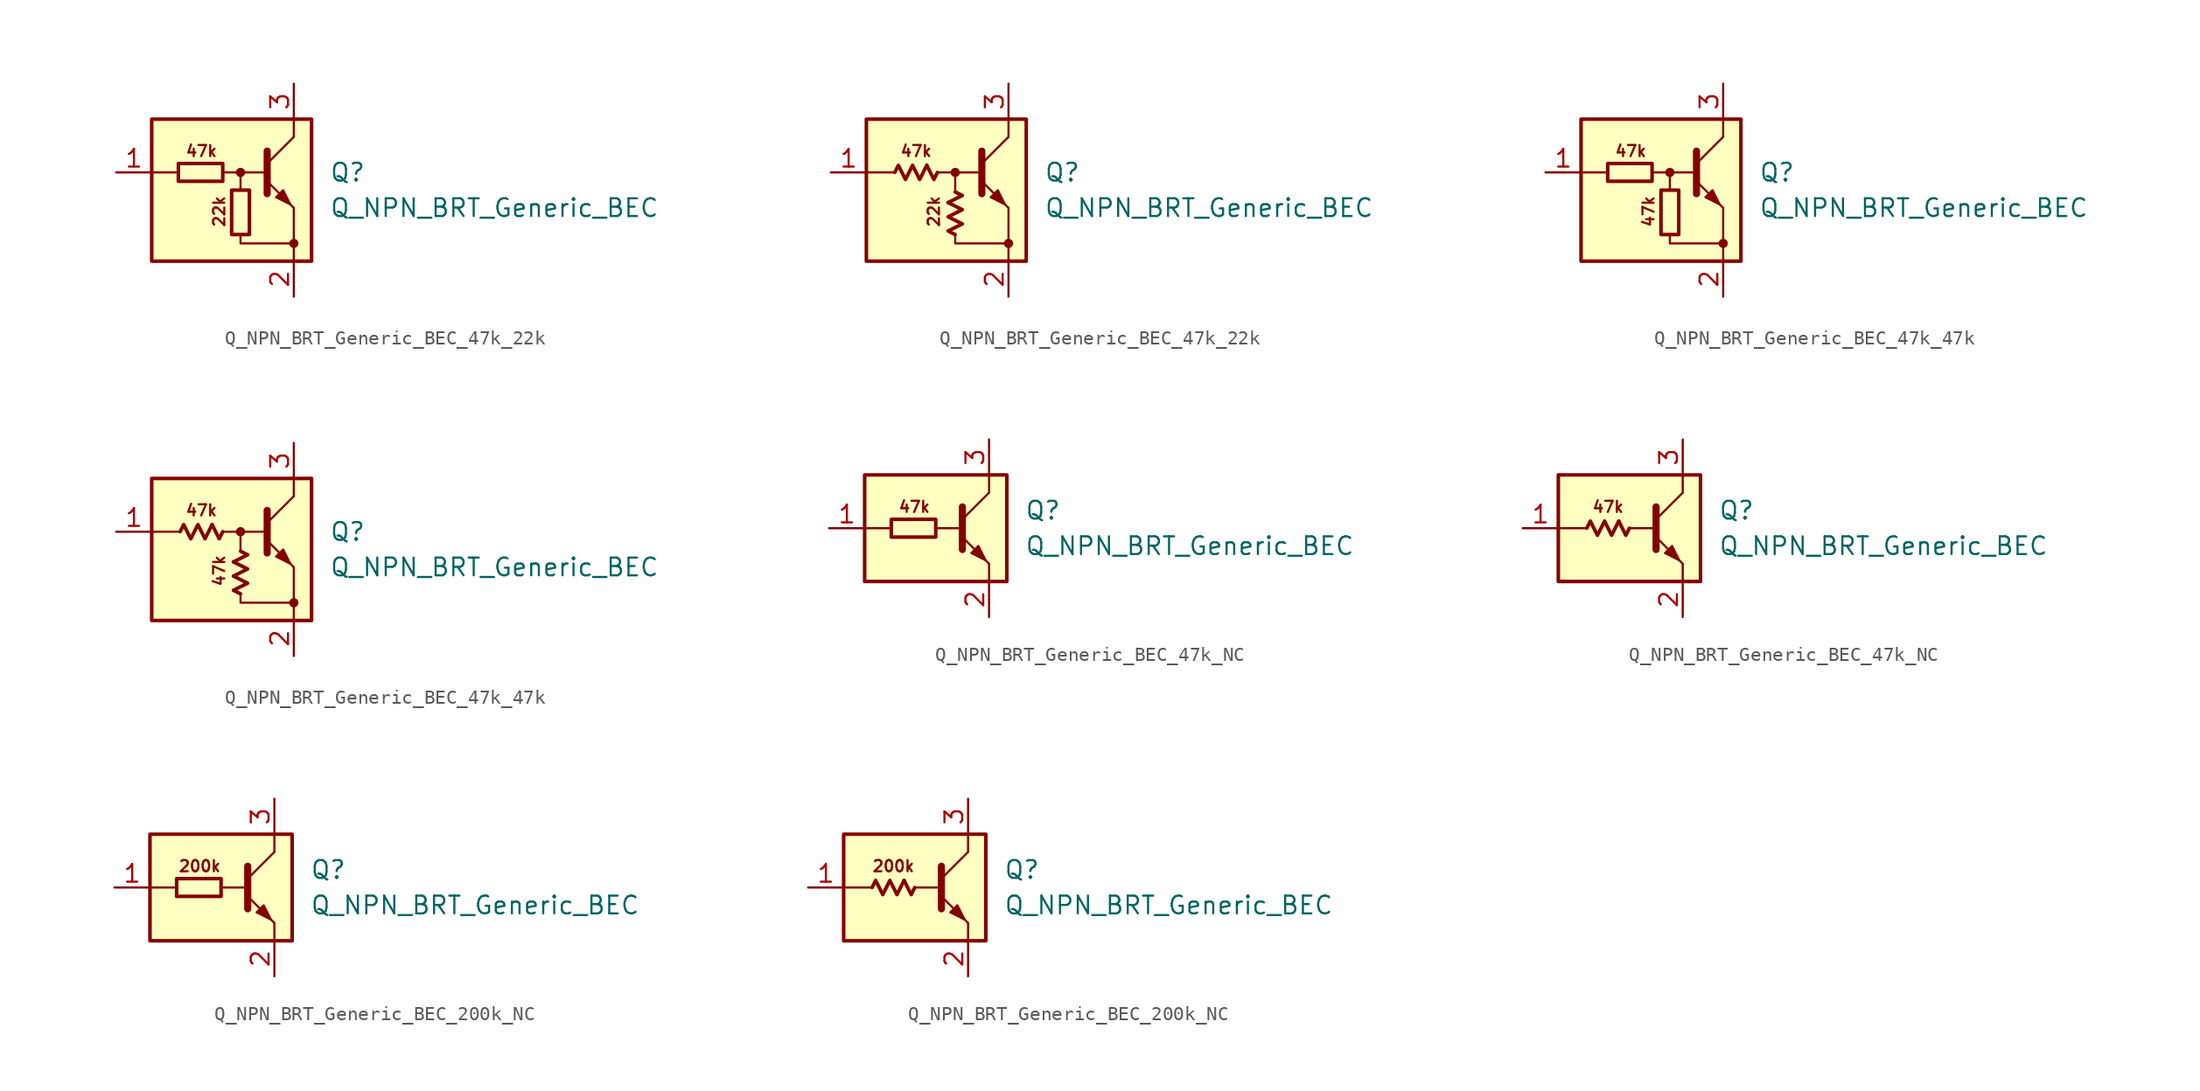
<source format=kicad_sym>
(kicad_symbol_lib
  (version 20220914)
  (generator kicad_symbol_editor)
  (symbol "Q_NPN_BRT_Generic_BEC_47k_22k"
    (pin_names hide)
    (property "Reference" "Q"
      (at 6.35 1.27 0)
      (effects (font (size 1.27 1.27)) (justify left)))
    (property "Value" "Q_NPN_BRT_Generic_BEC"
      (at 6.35 -1.27 0)
      (effects (font (size 1.27 1.27)) (justify left)))
    (symbol "Q_NPN_BRT_Generic_BEC_47k_22k_0_1"
      (rectangle (start -4.445 1.905) (end -1.27 0.635) (stroke (width 0.254) (type default)) (fill (type none)))
      (rectangle (start -0.635 0) (end 0.635 -3.175) (stroke (width 0.254) (type default)) (fill (type none))))
    (symbol "Q_NPN_BRT_Generic_BEC_47k_22k_0_2"
      (polyline (pts (xy -2.032 1.778) (xy -1.524 0.762) (xy -1.27 1.27)) (stroke (width 0.254) (type default)) (fill (type none)))
      (polyline (pts (xy -0.508 -0.889) (xy 0.508 -0.381) (xy 0 -0.127)) (stroke (width 0.254) (type default)) (fill (type none)))
      (polyline (pts (xy -4.318 1.27) (xy -4.064 1.778) (xy -3.556 0.762) (xy -3.048 1.778) (xy -2.54 0.762) (xy -2.032 1.778)) (stroke (width 0.254) (type default)) (fill (type none)))
      (polyline (pts (xy 0 -3.175) (xy -0.508 -2.921) (xy 0.508 -2.413) (xy -0.508 -1.905) (xy 0.508 -1.397) (xy -0.508 -0.889)) (stroke (width 0.254) (type default)) (fill (type none))))
    (symbol "Q_NPN_BRT_Generic_BEC_47k_22k_1_0"
      (rectangle (start -6.35 5.08) (end 5.08 -5.08) (stroke (width 0.254) (type default)) (fill (type background)))
      (polyline (pts (xy -4.445 1.27) (xy -6.35 1.27)) (stroke (width 0) (type default)) (fill (type none)))
      (polyline (pts (xy -0.254 1.27) (xy 1.905 1.27)) (stroke (width 0) (type default)) (fill (type none)))
      (polyline (pts (xy 1.905 1.905) (xy 3.81 3.81)) (stroke (width 0) (type default)) (fill (type none)))
      (polyline (pts (xy 1.905 2.794) (xy 1.905 -0.254)) (stroke (width 0.508) (type default)) (fill (type none)))
      (polyline (pts (xy 3.81 -3.81) (xy 3.81 -5.08)) (stroke (width 0) (type default)) (fill (type none)))
      (polyline (pts (xy 3.81 -3.81) (xy 3.81 -1.27)) (stroke (width 0) (type default)) (fill (type none)))
      (polyline (pts (xy 3.81 3.81) (xy 3.81 5.08)) (stroke (width 0) (type default)) (fill (type none)))
      (polyline (pts (xy -1.27 1.27) (xy 0 1.27) (xy 0 0)) (stroke (width 0) (type default)) (fill (type none)))
      (polyline (pts (xy 0 -3.175) (xy 0 -3.81) (xy 3.81 -3.81)) (stroke (width 0) (type default)) (fill (type none)))
      (polyline (pts (xy 1.905 0.635) (xy 3.81 -1.27) (xy 3.81 -1.27)) (stroke (width 0) (type default)) (fill (type none)))
      (polyline (pts (xy 2.54 -0.508) (xy 3.048 0) (xy 3.556 -1.016) (xy 2.54 -0.508) (xy 2.54 -0.508)) (stroke (width 0) (type default)) (fill (type outline)))
      (circle (center 0 1.27) (radius 0.254) (stroke (width 0) (type default)) (fill (type outline)))
      (circle (center 3.81 -3.81) (radius 0.254) (stroke (width 0) (type default)) (fill (type outline)))
      (text "22k" (at -1.524 -1.524 900) (effects (font (size 0.8 0.8))))
      (text "47k" (at -2.794 2.794 0) (effects (font (size 0.8 0.8)))))
    (symbol "Q_NPN_BRT_Generic_BEC_47k_22k_1_1"
      (pin input line (at -8.89 1.27 0) (length 2.54) (name "B" (effects (font (size 1.27 1.27)))) (number "1" (effects (font (size 1.27 1.27)))))
      (pin passive line (at 3.81 -7.62 90) (length 2.54) (name "E" (effects (font (size 1.27 1.27)))) (number "2" (effects (font (size 1.27 1.27)))))
      (pin passive line (at 3.81 7.62 270) (length 2.54) (name "C" (effects (font (size 1.27 1.27)))) (number "3" (effects (font (size 1.27 1.27))))))
    (symbol "Q_NPN_BRT_Generic_BEC_47k_22k_1_2"
      (pin input line (at -8.89 1.27 0) (length 2.54) (name "B" (effects (font (size 1.27 1.27)))) (number "1" (effects (font (size 1.27 1.27)))))
      (pin passive line (at 3.81 -7.62 90) (length 2.54) (name "E" (effects (font (size 1.27 1.27)))) (number "2" (effects (font (size 1.27 1.27)))))
      (pin passive line (at 3.81 7.62 270) (length 2.54) (name "C" (effects (font (size 1.27 1.27)))) (number "3" (effects (font (size 1.27 1.27)))))))
  (symbol "Q_NPN_BRT_Generic_BEC_47k_47k"
    (pin_names hide)
    (property "Reference" "Q"
      (at 6.35 1.27 0)
      (effects (font (size 1.27 1.27)) (justify left)))
    (property "Value" "Q_NPN_BRT_Generic_BEC"
      (at 6.35 -1.27 0)
      (effects (font (size 1.27 1.27)) (justify left)))
    (symbol "Q_NPN_BRT_Generic_BEC_47k_47k_0_1"
      (rectangle (start -4.445 1.905) (end -1.27 0.635) (stroke (width 0.254) (type default)) (fill (type none)))
      (rectangle (start -0.635 0) (end 0.635 -3.175) (stroke (width 0.254) (type default)) (fill (type none))))
    (symbol "Q_NPN_BRT_Generic_BEC_47k_47k_0_2"
      (polyline (pts (xy -2.032 1.778) (xy -1.524 0.762) (xy -1.27 1.27)) (stroke (width 0.254) (type default)) (fill (type none)))
      (polyline (pts (xy -0.508 -0.889) (xy 0.508 -0.381) (xy 0 -0.127)) (stroke (width 0.254) (type default)) (fill (type none)))
      (polyline (pts (xy -4.318 1.27) (xy -4.064 1.778) (xy -3.556 0.762) (xy -3.048 1.778) (xy -2.54 0.762) (xy -2.032 1.778)) (stroke (width 0.254) (type default)) (fill (type none)))
      (polyline (pts (xy 0 -3.175) (xy -0.508 -2.921) (xy 0.508 -2.413) (xy -0.508 -1.905) (xy 0.508 -1.397) (xy -0.508 -0.889)) (stroke (width 0.254) (type default)) (fill (type none))))
    (symbol "Q_NPN_BRT_Generic_BEC_47k_47k_1_0"
      (rectangle (start -6.35 5.08) (end 5.08 -5.08) (stroke (width 0.254) (type default)) (fill (type background)))
      (polyline (pts (xy -4.445 1.27) (xy -6.35 1.27)) (stroke (width 0) (type default)) (fill (type none)))
      (polyline (pts (xy -0.254 1.27) (xy 1.905 1.27)) (stroke (width 0) (type default)) (fill (type none)))
      (polyline (pts (xy 1.905 1.905) (xy 3.81 3.81)) (stroke (width 0) (type default)) (fill (type none)))
      (polyline (pts (xy 1.905 2.794) (xy 1.905 -0.254)) (stroke (width 0.508) (type default)) (fill (type none)))
      (polyline (pts (xy 3.81 -3.81) (xy 3.81 -5.08)) (stroke (width 0) (type default)) (fill (type none)))
      (polyline (pts (xy 3.81 -3.81) (xy 3.81 -1.27)) (stroke (width 0) (type default)) (fill (type none)))
      (polyline (pts (xy 3.81 3.81) (xy 3.81 5.08)) (stroke (width 0) (type default)) (fill (type none)))
      (polyline (pts (xy -1.27 1.27) (xy 0 1.27) (xy 0 0)) (stroke (width 0) (type default)) (fill (type none)))
      (polyline (pts (xy 0 -3.175) (xy 0 -3.81) (xy 3.81 -3.81)) (stroke (width 0) (type default)) (fill (type none)))
      (polyline (pts (xy 1.905 0.635) (xy 3.81 -1.27) (xy 3.81 -1.27)) (stroke (width 0) (type default)) (fill (type none)))
      (polyline (pts (xy 2.54 -0.508) (xy 3.048 0) (xy 3.556 -1.016) (xy 2.54 -0.508) (xy 2.54 -0.508)) (stroke (width 0) (type default)) (fill (type outline)))
      (circle (center 0 1.27) (radius 0.254) (stroke (width 0) (type default)) (fill (type outline)))
      (circle (center 3.81 -3.81) (radius 0.254) (stroke (width 0) (type default)) (fill (type outline)))
      (text "47k" (at -2.794 2.794 0) (effects (font (size 0.8 0.8))))
      (text "47k" (at -1.524 -1.524 900) (effects (font (size 0.8 0.8)))))
    (symbol "Q_NPN_BRT_Generic_BEC_47k_47k_1_1"
      (pin input line (at -8.89 1.27 0) (length 2.54) (name "B" (effects (font (size 1.27 1.27)))) (number "1" (effects (font (size 1.27 1.27)))))
      (pin passive line (at 3.81 -7.62 90) (length 2.54) (name "E" (effects (font (size 1.27 1.27)))) (number "2" (effects (font (size 1.27 1.27)))))
      (pin passive line (at 3.81 7.62 270) (length 2.54) (name "C" (effects (font (size 1.27 1.27)))) (number "3" (effects (font (size 1.27 1.27))))))
    (symbol "Q_NPN_BRT_Generic_BEC_47k_47k_1_2"
      (pin input line (at -8.89 1.27 0) (length 2.54) (name "B" (effects (font (size 1.27 1.27)))) (number "1" (effects (font (size 1.27 1.27)))))
      (pin passive line (at 3.81 -7.62 90) (length 2.54) (name "E" (effects (font (size 1.27 1.27)))) (number "2" (effects (font (size 1.27 1.27)))))
      (pin passive line (at 3.81 7.62 270) (length 2.54) (name "C" (effects (font (size 1.27 1.27)))) (number "3" (effects (font (size 1.27 1.27)))))))
  (symbol "Q_NPN_BRT_Generic_BEC_47k_NC"
    (pin_names hide)
    (property "Reference" "Q"
      (at 6.35 1.27 0)
      (effects (font (size 1.27 1.27)) (justify left)))
    (property "Value" "Q_NPN_BRT_Generic_BEC"
      (at 6.35 -1.27 0)
      (effects (font (size 1.27 1.27)) (justify left)))
    (symbol "Q_NPN_BRT_Generic_BEC_47k_NC_0_1"
      (rectangle (start -3.175 0.635) (end 0 -0.635) (stroke (width 0.254) (type default)) (fill (type none))))
    (symbol "Q_NPN_BRT_Generic_BEC_47k_NC_0_2"
      (polyline (pts (xy -0.762 0.508) (xy -0.254 -0.508) (xy 0 0)) (stroke (width 0.254) (type default)) (fill (type none)))
      (polyline (pts (xy -3.048 0) (xy -2.794 0.508) (xy -2.286 -0.508) (xy -1.778 0.508) (xy -1.27 -0.508) (xy -0.762 0.508)) (stroke (width 0.254) (type default)) (fill (type none))))
    (symbol "Q_NPN_BRT_Generic_BEC_47k_NC_1_0"
      (rectangle (start -5.08 3.81) (end 5.08 -3.81) (stroke (width 0.254) (type default)) (fill (type background)))
      (polyline (pts (xy -3.175 0) (xy -5.08 0)) (stroke (width 0) (type default)) (fill (type none)))
      (polyline (pts (xy 0 0) (xy 1.905 0)) (stroke (width 0) (type default)) (fill (type none)))
      (polyline (pts (xy 1.905 0.635) (xy 3.81 2.54)) (stroke (width 0) (type default)) (fill (type none)))
      (polyline (pts (xy 1.905 1.524) (xy 1.905 -1.524)) (stroke (width 0.508) (type default)) (fill (type none)))
      (polyline (pts (xy 3.81 -2.54) (xy 3.81 -3.81)) (stroke (width 0) (type default)) (fill (type none)))
      (polyline (pts (xy 3.81 2.54) (xy 3.81 3.81)) (stroke (width 0) (type default)) (fill (type none)))
      (polyline (pts (xy 1.905 -0.635) (xy 3.81 -2.54) (xy 3.81 -2.54)) (stroke (width 0) (type default)) (fill (type none)))
      (polyline (pts (xy 2.54 -1.778) (xy 3.048 -1.27) (xy 3.556 -2.286) (xy 2.54 -1.778) (xy 2.54 -1.778)) (stroke (width 0) (type default)) (fill (type outline)))
      (text "47k" (at -1.524 1.524 0) (effects (font (size 0.8 0.8)))))
    (symbol "Q_NPN_BRT_Generic_BEC_47k_NC_1_1"
      (pin input line (at -7.62 0 0) (length 2.54) (name "B" (effects (font (size 1.27 1.27)))) (number "1" (effects (font (size 1.27 1.27)))))
      (pin passive line (at 3.81 -6.35 90) (length 2.54) (name "E" (effects (font (size 1.27 1.27)))) (number "2" (effects (font (size 1.27 1.27)))))
      (pin passive line (at 3.81 6.35 270) (length 2.54) (name "C" (effects (font (size 1.27 1.27)))) (number "3" (effects (font (size 1.27 1.27))))))
    (symbol "Q_NPN_BRT_Generic_BEC_47k_NC_1_2"
      (pin input line (at -7.62 0 0) (length 2.54) (name "B" (effects (font (size 1.27 1.27)))) (number "1" (effects (font (size 1.27 1.27)))))
      (pin passive line (at 3.81 -6.35 90) (length 2.54) (name "E" (effects (font (size 1.27 1.27)))) (number "2" (effects (font (size 1.27 1.27)))))
      (pin passive line (at 3.81 6.35 270) (length 2.54) (name "C" (effects (font (size 1.27 1.27)))) (number "3" (effects (font (size 1.27 1.27)))))))
  (symbol "Q_NPN_BRT_Generic_BEC_200k_NC"
    (pin_names hide)
    (property "Reference" "Q"
      (at 6.35 1.27 0)
      (effects (font (size 1.27 1.27)) (justify left)))
    (property "Value" "Q_NPN_BRT_Generic_BEC"
      (at 6.35 -1.27 0)
      (effects (font (size 1.27 1.27)) (justify left)))
    (symbol "Q_NPN_BRT_Generic_BEC_200k_NC_0_1"
      (rectangle (start -3.175 0.635) (end 0 -0.635) (stroke (width 0.254) (type default)) (fill (type none))))
    (symbol "Q_NPN_BRT_Generic_BEC_200k_NC_0_2"
      (polyline (pts (xy -0.762 0.508) (xy -0.254 -0.508) (xy 0 0)) (stroke (width 0.254) (type default)) (fill (type none)))
      (polyline (pts (xy -3.048 0) (xy -2.794 0.508) (xy -2.286 -0.508) (xy -1.778 0.508) (xy -1.27 -0.508) (xy -0.762 0.508)) (stroke (width 0.254) (type default)) (fill (type none))))
    (symbol "Q_NPN_BRT_Generic_BEC_200k_NC_1_0"
      (rectangle (start -5.08 3.81) (end 5.08 -3.81) (stroke (width 0.254) (type default)) (fill (type background)))
      (polyline (pts (xy -3.175 0) (xy -5.08 0)) (stroke (width 0) (type default)) (fill (type none)))
      (polyline (pts (xy 0 0) (xy 1.905 0)) (stroke (width 0) (type default)) (fill (type none)))
      (polyline (pts (xy 1.905 0.635) (xy 3.81 2.54)) (stroke (width 0) (type default)) (fill (type none)))
      (polyline (pts (xy 1.905 1.524) (xy 1.905 -1.524)) (stroke (width 0.508) (type default)) (fill (type none)))
      (polyline (pts (xy 3.81 -2.54) (xy 3.81 -3.81)) (stroke (width 0) (type default)) (fill (type none)))
      (polyline (pts (xy 3.81 2.54) (xy 3.81 3.81)) (stroke (width 0) (type default)) (fill (type none)))
      (polyline (pts (xy 1.905 -0.635) (xy 3.81 -2.54) (xy 3.81 -2.54)) (stroke (width 0) (type default)) (fill (type none)))
      (polyline (pts (xy 2.54 -1.778) (xy 3.048 -1.27) (xy 3.556 -2.286) (xy 2.54 -1.778) (xy 2.54 -1.778)) (stroke (width 0) (type default)) (fill (type outline)))
      (text "200k" (at -1.524 1.524 0) (effects (font (size 0.8 0.8)))))
    (symbol "Q_NPN_BRT_Generic_BEC_200k_NC_1_1"
      (pin input line (at -7.62 0 0) (length 2.54) (name "B" (effects (font (size 1.27 1.27)))) (number "1" (effects (font (size 1.27 1.27)))))
      (pin passive line (at 3.81 -6.35 90) (length 2.54) (name "E" (effects (font (size 1.27 1.27)))) (number "2" (effects (font (size 1.27 1.27)))))
      (pin passive line (at 3.81 6.35 270) (length 2.54) (name "C" (effects (font (size 1.27 1.27)))) (number "3" (effects (font (size 1.27 1.27))))))
    (symbol "Q_NPN_BRT_Generic_BEC_200k_NC_1_2"
      (pin input line (at -7.62 0 0) (length 2.54) (name "B" (effects (font (size 1.27 1.27)))) (number "1" (effects (font (size 1.27 1.27)))))
      (pin passive line (at 3.81 -6.35 90) (length 2.54) (name "E" (effects (font (size 1.27 1.27)))) (number "2" (effects (font (size 1.27 1.27)))))
      (pin passive line (at 3.81 6.35 270) (length 2.54) (name "C" (effects (font (size 1.27 1.27)))) (number "3" (effects (font (size 1.27 1.27))))))))
</source>
